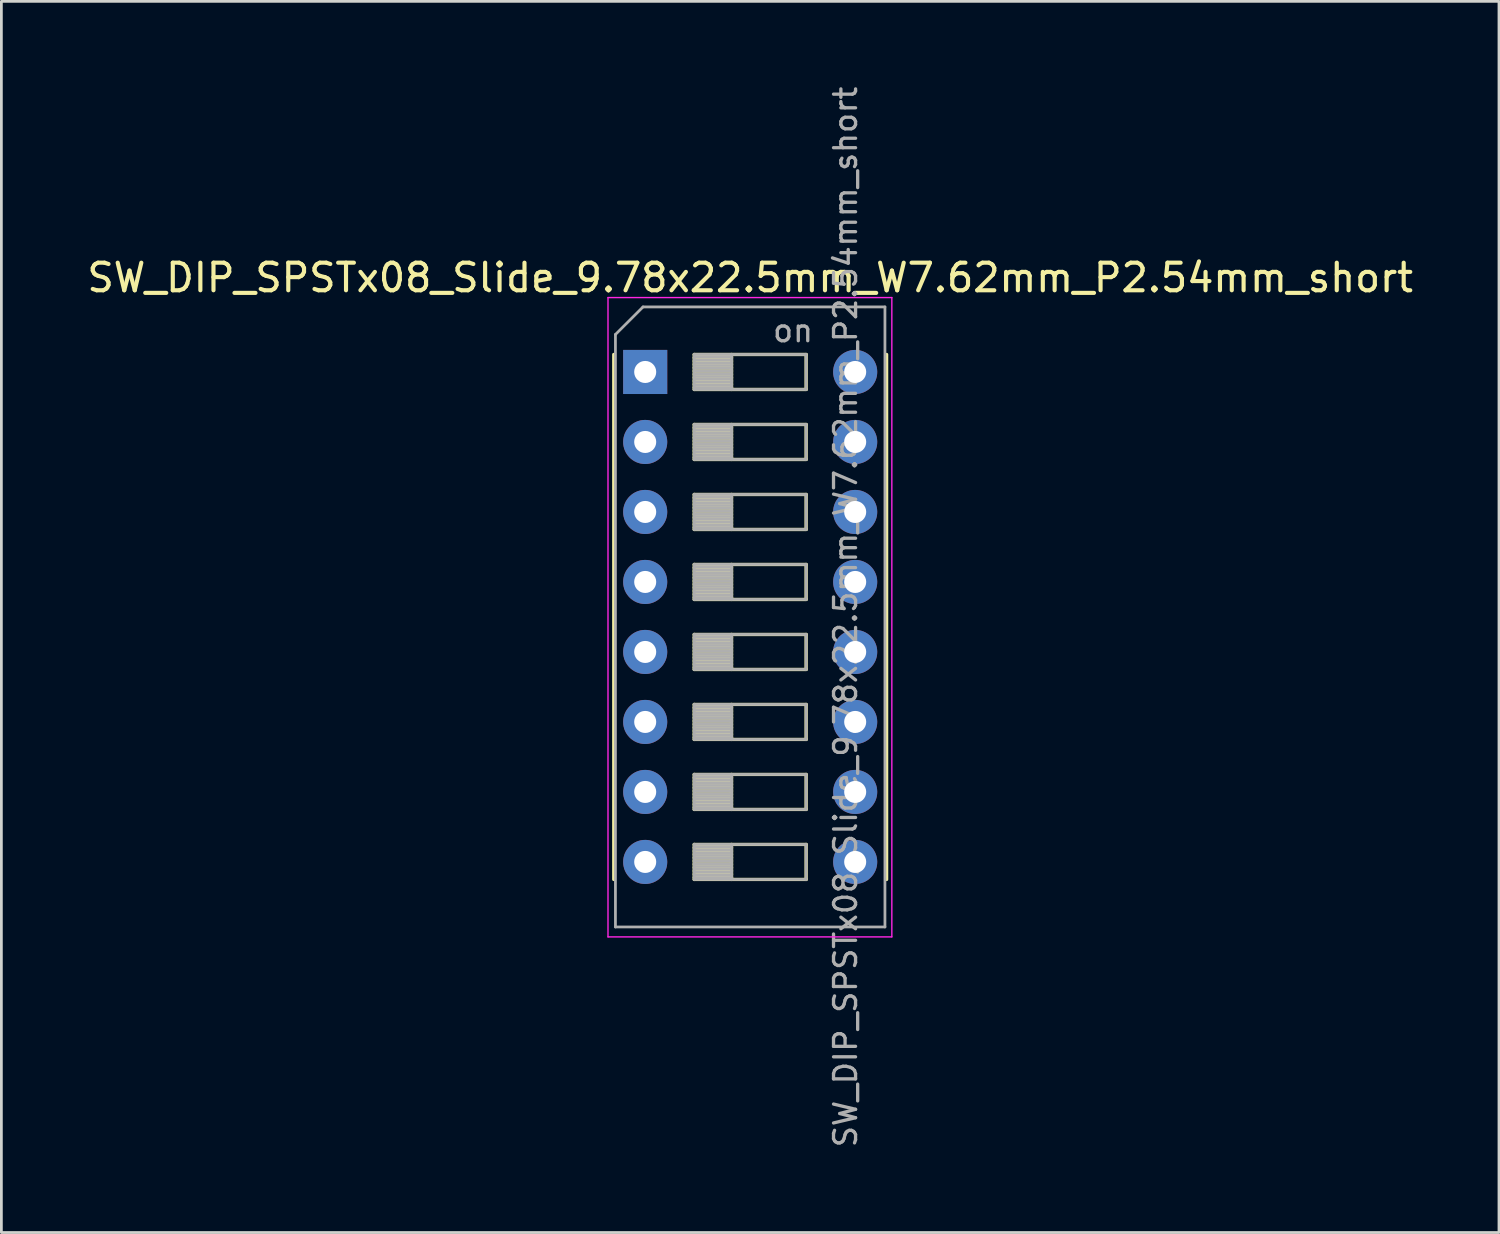
<source format=kicad_pcb>
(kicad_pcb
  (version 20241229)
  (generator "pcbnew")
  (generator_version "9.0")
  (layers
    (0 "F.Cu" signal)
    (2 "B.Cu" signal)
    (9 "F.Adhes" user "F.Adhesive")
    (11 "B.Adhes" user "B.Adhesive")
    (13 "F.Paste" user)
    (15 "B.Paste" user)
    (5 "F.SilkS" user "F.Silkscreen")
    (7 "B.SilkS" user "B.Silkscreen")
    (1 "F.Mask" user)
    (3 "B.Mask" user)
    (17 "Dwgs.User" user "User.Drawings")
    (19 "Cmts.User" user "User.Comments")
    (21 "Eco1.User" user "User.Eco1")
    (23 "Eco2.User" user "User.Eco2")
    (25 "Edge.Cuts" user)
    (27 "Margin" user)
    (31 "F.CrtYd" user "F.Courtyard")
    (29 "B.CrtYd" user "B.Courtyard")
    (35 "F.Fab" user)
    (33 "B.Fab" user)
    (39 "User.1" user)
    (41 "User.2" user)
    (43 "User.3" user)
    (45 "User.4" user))
  (footprint "SW_DIP_SPSTx08_Slide_9.78x22.5mm_W7.62mm_P2.54mm_short"
    (layer "F.Cu")
    (at 20.363 10.448)
    (property "Reference" "SW_DIP_SPSTx08_Slide_9.78x22.5mm_W7.62mm_P2.54mm_short" (at 3.81 -3.42 0) (layer "F.SilkS") (effects (font (size 1 1) (thickness 0.15))))
    (attr through_hole)
    (fp_line (start -1.14 -0.635) (end -1.14 18.415) (stroke (width 0.12) (type solid)) (layer "F.SilkS"))
    (fp_line (start 1.78 -0.635) (end 1.78 0.635) (stroke (width 0.12) (type solid)) (layer "F.SilkS"))
    (fp_line (start 1.78 -0.515) (end 3.133 -0.515) (stroke (width 0.12) (type solid)) (layer "F.SilkS"))
    (fp_line (start 1.78 -0.395) (end 3.133 -0.395) (stroke (width 0.12) (type solid)) (layer "F.SilkS"))
    (fp_line (start 1.78 -0.275) (end 3.133 -0.275) (stroke (width 0.12) (type solid)) (layer "F.SilkS"))
    (fp_line (start 1.78 -0.155) (end 3.133 -0.155) (stroke (width 0.12) (type solid)) (layer "F.SilkS"))
    (fp_line (start 1.78 -0.035) (end 3.133 -0.035) (stroke (width 0.12) (type solid)) (layer "F.SilkS"))
    (fp_line (start 1.78 0.085) (end 3.133 0.085) (stroke (width 0.12) (type solid)) (layer "F.SilkS"))
    (fp_line (start 1.78 0.205) (end 3.133 0.205) (stroke (width 0.12) (type solid)) (layer "F.SilkS"))
    (fp_line (start 1.78 0.325) (end 3.133 0.325) (stroke (width 0.12) (type solid)) (layer "F.SilkS"))
    (fp_line (start 1.78 0.445) (end 3.133 0.445) (stroke (width 0.12) (type solid)) (layer "F.SilkS"))
    (fp_line (start 1.78 0.565) (end 3.133 0.565) (stroke (width 0.12) (type solid)) (layer "F.SilkS"))
    (fp_line (start 1.78 0.635) (end 5.84 0.635) (stroke (width 0.12) (type solid)) (layer "F.SilkS"))
    (fp_line (start 1.78 1.905) (end 1.78 3.175) (stroke (width 0.12) (type solid)) (layer "F.SilkS"))
    (fp_line (start 1.78 2.025) (end 3.133 2.025) (stroke (width 0.12) (type solid)) (layer "F.SilkS"))
    (fp_line (start 1.78 2.145) (end 3.133 2.145) (stroke (width 0.12) (type solid)) (layer "F.SilkS"))
    (fp_line (start 1.78 2.265) (end 3.133 2.265) (stroke (width 0.12) (type solid)) (layer "F.SilkS"))
    (fp_line (start 1.78 2.385) (end 3.133 2.385) (stroke (width 0.12) (type solid)) (layer "F.SilkS"))
    (fp_line (start 1.78 2.505) (end 3.133 2.505) (stroke (width 0.12) (type solid)) (layer "F.SilkS"))
    (fp_line (start 1.78 2.625) (end 3.133 2.625) (stroke (width 0.12) (type solid)) (layer "F.SilkS"))
    (fp_line (start 1.78 2.745) (end 3.133 2.745) (stroke (width 0.12) (type solid)) (layer "F.SilkS"))
    (fp_line (start 1.78 2.865) (end 3.133 2.865) (stroke (width 0.12) (type solid)) (layer "F.SilkS"))
    (fp_line (start 1.78 2.985) (end 3.133 2.985) (stroke (width 0.12) (type solid)) (layer "F.SilkS"))
    (fp_line (start 1.78 3.105) (end 3.133 3.105) (stroke (width 0.12) (type solid)) (layer "F.SilkS"))
    (fp_line (start 1.78 3.175) (end 5.84 3.175) (stroke (width 0.12) (type solid)) (layer "F.SilkS"))
    (fp_line (start 1.78 4.445) (end 1.78 5.715) (stroke (width 0.12) (type solid)) (layer "F.SilkS"))
    (fp_line (start 1.78 4.565) (end 3.133 4.565) (stroke (width 0.12) (type solid)) (layer "F.SilkS"))
    (fp_line (start 1.78 4.685) (end 3.133 4.685) (stroke (width 0.12) (type solid)) (layer "F.SilkS"))
    (fp_line (start 1.78 4.805) (end 3.133 4.805) (stroke (width 0.12) (type solid)) (layer "F.SilkS"))
    (fp_line (start 1.78 4.925) (end 3.133 4.925) (stroke (width 0.12) (type solid)) (layer "F.SilkS"))
    (fp_line (start 1.78 5.045) (end 3.133 5.045) (stroke (width 0.12) (type solid)) (layer "F.SilkS"))
    (fp_line (start 1.78 5.165) (end 3.133 5.165) (stroke (width 0.12) (type solid)) (layer "F.SilkS"))
    (fp_line (start 1.78 5.285) (end 3.133 5.285) (stroke (width 0.12) (type solid)) (layer "F.SilkS"))
    (fp_line (start 1.78 5.405) (end 3.133 5.405) (stroke (width 0.12) (type solid)) (layer "F.SilkS"))
    (fp_line (start 1.78 5.525) (end 3.133 5.525) (stroke (width 0.12) (type solid)) (layer "F.SilkS"))
    (fp_line (start 1.78 5.645) (end 3.133 5.645) (stroke (width 0.12) (type solid)) (layer "F.SilkS"))
    (fp_line (start 1.78 5.715) (end 5.84 5.715) (stroke (width 0.12) (type solid)) (layer "F.SilkS"))
    (fp_line (start 1.78 6.985) (end 1.78 8.255) (stroke (width 0.12) (type solid)) (layer "F.SilkS"))
    (fp_line (start 1.78 7.105) (end 3.133 7.105) (stroke (width 0.12) (type solid)) (layer "F.SilkS"))
    (fp_line (start 1.78 7.225) (end 3.133 7.225) (stroke (width 0.12) (type solid)) (layer "F.SilkS"))
    (fp_line (start 1.78 7.345) (end 3.133 7.345) (stroke (width 0.12) (type solid)) (layer "F.SilkS"))
    (fp_line (start 1.78 7.465) (end 3.133 7.465) (stroke (width 0.12) (type solid)) (layer "F.SilkS"))
    (fp_line (start 1.78 7.585) (end 3.133 7.585) (stroke (width 0.12) (type solid)) (layer "F.SilkS"))
    (fp_line (start 1.78 7.705) (end 3.133 7.705) (stroke (width 0.12) (type solid)) (layer "F.SilkS"))
    (fp_line (start 1.78 7.825) (end 3.133 7.825) (stroke (width 0.12) (type solid)) (layer "F.SilkS"))
    (fp_line (start 1.78 7.945) (end 3.133 7.945) (stroke (width 0.12) (type solid)) (layer "F.SilkS"))
    (fp_line (start 1.78 8.065) (end 3.133 8.065) (stroke (width 0.12) (type solid)) (layer "F.SilkS"))
    (fp_line (start 1.78 8.185) (end 3.133 8.185) (stroke (width 0.12) (type solid)) (layer "F.SilkS"))
    (fp_line (start 1.78 8.255) (end 5.84 8.255) (stroke (width 0.12) (type solid)) (layer "F.SilkS"))
    (fp_line (start 1.78 9.525) (end 1.78 10.795) (stroke (width 0.12) (type solid)) (layer "F.SilkS"))
    (fp_line (start 1.78 9.645) (end 3.133 9.645) (stroke (width 0.12) (type solid)) (layer "F.SilkS"))
    (fp_line (start 1.78 9.765) (end 3.133 9.765) (stroke (width 0.12) (type solid)) (layer "F.SilkS"))
    (fp_line (start 1.78 9.885) (end 3.133 9.885) (stroke (width 0.12) (type solid)) (layer "F.SilkS"))
    (fp_line (start 1.78 10.005) (end 3.133 10.005) (stroke (width 0.12) (type solid)) (layer "F.SilkS"))
    (fp_line (start 1.78 10.125) (end 3.133 10.125) (stroke (width 0.12) (type solid)) (layer "F.SilkS"))
    (fp_line (start 1.78 10.245) (end 3.133 10.245) (stroke (width 0.12) (type solid)) (layer "F.SilkS"))
    (fp_line (start 1.78 10.365) (end 3.133 10.365) (stroke (width 0.12) (type solid)) (layer "F.SilkS"))
    (fp_line (start 1.78 10.485) (end 3.133 10.485) (stroke (width 0.12) (type solid)) (layer "F.SilkS"))
    (fp_line (start 1.78 10.605) (end 3.133 10.605) (stroke (width 0.12) (type solid)) (layer "F.SilkS"))
    (fp_line (start 1.78 10.725) (end 3.133 10.725) (stroke (width 0.12) (type solid)) (layer "F.SilkS"))
    (fp_line (start 1.78 10.795) (end 5.84 10.795) (stroke (width 0.12) (type solid)) (layer "F.SilkS"))
    (fp_line (start 1.78 12.065) (end 1.78 13.335) (stroke (width 0.12) (type solid)) (layer "F.SilkS"))
    (fp_line (start 1.78 12.185) (end 3.133 12.185) (stroke (width 0.12) (type solid)) (layer "F.SilkS"))
    (fp_line (start 1.78 12.305) (end 3.133 12.305) (stroke (width 0.12) (type solid)) (layer "F.SilkS"))
    (fp_line (start 1.78 12.425) (end 3.133 12.425) (stroke (width 0.12) (type solid)) (layer "F.SilkS"))
    (fp_line (start 1.78 12.545) (end 3.133 12.545) (stroke (width 0.12) (type solid)) (layer "F.SilkS"))
    (fp_line (start 1.78 12.665) (end 3.133 12.665) (stroke (width 0.12) (type solid)) (layer "F.SilkS"))
    (fp_line (start 1.78 12.785) (end 3.133 12.785) (stroke (width 0.12) (type solid)) (layer "F.SilkS"))
    (fp_line (start 1.78 12.905) (end 3.133 12.905) (stroke (width 0.12) (type solid)) (layer "F.SilkS"))
    (fp_line (start 1.78 13.025) (end 3.133 13.025) (stroke (width 0.12) (type solid)) (layer "F.SilkS"))
    (fp_line (start 1.78 13.145) (end 3.133 13.145) (stroke (width 0.12) (type solid)) (layer "F.SilkS"))
    (fp_line (start 1.78 13.265) (end 3.133 13.265) (stroke (width 0.12) (type solid)) (layer "F.SilkS"))
    (fp_line (start 1.78 13.335) (end 5.84 13.335) (stroke (width 0.12) (type solid)) (layer "F.SilkS"))
    (fp_line (start 1.78 14.605) (end 1.78 15.875) (stroke (width 0.12) (type solid)) (layer "F.SilkS"))
    (fp_line (start 1.78 14.725) (end 3.133 14.725) (stroke (width 0.12) (type solid)) (layer "F.SilkS"))
    (fp_line (start 1.78 14.845) (end 3.133 14.845) (stroke (width 0.12) (type solid)) (layer "F.SilkS"))
    (fp_line (start 1.78 14.965) (end 3.133 14.965) (stroke (width 0.12) (type solid)) (layer "F.SilkS"))
    (fp_line (start 1.78 15.085) (end 3.133 15.085) (stroke (width 0.12) (type solid)) (layer "F.SilkS"))
    (fp_line (start 1.78 15.205) (end 3.133 15.205) (stroke (width 0.12) (type solid)) (layer "F.SilkS"))
    (fp_line (start 1.78 15.325) (end 3.133 15.325) (stroke (width 0.12) (type solid)) (layer "F.SilkS"))
    (fp_line (start 1.78 15.445) (end 3.133 15.445) (stroke (width 0.12) (type solid)) (layer "F.SilkS"))
    (fp_line (start 1.78 15.565) (end 3.133 15.565) (stroke (width 0.12) (type solid)) (layer "F.SilkS"))
    (fp_line (start 1.78 15.685) (end 3.133 15.685) (stroke (width 0.12) (type solid)) (layer "F.SilkS"))
    (fp_line (start 1.78 15.805) (end 3.133 15.805) (stroke (width 0.12) (type solid)) (layer "F.SilkS"))
    (fp_line (start 1.78 15.875) (end 5.84 15.875) (stroke (width 0.12) (type solid)) (layer "F.SilkS"))
    (fp_line (start 1.78 17.145) (end 1.78 18.415) (stroke (width 0.12) (type solid)) (layer "F.SilkS"))
    (fp_line (start 1.78 17.265) (end 3.133 17.265) (stroke (width 0.12) (type solid)) (layer "F.SilkS"))
    (fp_line (start 1.78 17.385) (end 3.133 17.385) (stroke (width 0.12) (type solid)) (layer "F.SilkS"))
    (fp_line (start 1.78 17.505) (end 3.133 17.505) (stroke (width 0.12) (type solid)) (layer "F.SilkS"))
    (fp_line (start 1.78 17.625) (end 3.133 17.625) (stroke (width 0.12) (type solid)) (layer "F.SilkS"))
    (fp_line (start 1.78 17.745) (end 3.133 17.745) (stroke (width 0.12) (type solid)) (layer "F.SilkS"))
    (fp_line (start 1.78 17.865) (end 3.133 17.865) (stroke (width 0.12) (type solid)) (layer "F.SilkS"))
    (fp_line (start 1.78 17.985) (end 3.133 17.985) (stroke (width 0.12) (type solid)) (layer "F.SilkS"))
    (fp_line (start 1.78 18.105) (end 3.133 18.105) (stroke (width 0.12) (type solid)) (layer "F.SilkS"))
    (fp_line (start 1.78 18.225) (end 3.133 18.225) (stroke (width 0.12) (type solid)) (layer "F.SilkS"))
    (fp_line (start 1.78 18.345) (end 3.133 18.345) (stroke (width 0.12) (type solid)) (layer "F.SilkS"))
    (fp_line (start 1.78 18.415) (end 5.84 18.415) (stroke (width 0.12) (type solid)) (layer "F.SilkS"))
    (fp_line (start 3.133 -0.635) (end 3.133 0.635) (stroke (width 0.12) (type solid)) (layer "F.SilkS"))
    (fp_line (start 3.133 1.905) (end 3.133 3.175) (stroke (width 0.12) (type solid)) (layer "F.SilkS"))
    (fp_line (start 3.133 4.445) (end 3.133 5.715) (stroke (width 0.12) (type solid)) (layer "F.SilkS"))
    (fp_line (start 3.133 6.985) (end 3.133 8.255) (stroke (width 0.12) (type solid)) (layer "F.SilkS"))
    (fp_line (start 3.133 9.525) (end 3.133 10.795) (stroke (width 0.12) (type solid)) (layer "F.SilkS"))
    (fp_line (start 3.133 12.065) (end 3.133 13.335) (stroke (width 0.12) (type solid)) (layer "F.SilkS"))
    (fp_line (start 3.133 14.605) (end 3.133 15.875) (stroke (width 0.12) (type solid)) (layer "F.SilkS"))
    (fp_line (start 3.133 17.145) (end 3.133 18.415) (stroke (width 0.12) (type solid)) (layer "F.SilkS"))
    (fp_line (start 5.84 -0.635) (end 1.78 -0.635) (stroke (width 0.12) (type solid)) (layer "F.SilkS"))
    (fp_line (start 5.84 0.635) (end 5.84 -0.635) (stroke (width 0.12) (type solid)) (layer "F.SilkS"))
    (fp_line (start 5.84 1.905) (end 1.78 1.905) (stroke (width 0.12) (type solid)) (layer "F.SilkS"))
    (fp_line (start 5.84 3.175) (end 5.84 1.905) (stroke (width 0.12) (type solid)) (layer "F.SilkS"))
    (fp_line (start 5.84 4.445) (end 1.78 4.445) (stroke (width 0.12) (type solid)) (layer "F.SilkS"))
    (fp_line (start 5.84 5.715) (end 5.84 4.445) (stroke (width 0.12) (type solid)) (layer "F.SilkS"))
    (fp_line (start 5.84 6.985) (end 1.78 6.985) (stroke (width 0.12) (type solid)) (layer "F.SilkS"))
    (fp_line (start 5.84 8.255) (end 5.84 6.985) (stroke (width 0.12) (type solid)) (layer "F.SilkS"))
    (fp_line (start 5.84 9.525) (end 1.78 9.525) (stroke (width 0.12) (type solid)) (layer "F.SilkS"))
    (fp_line (start 5.84 10.795) (end 5.84 9.525) (stroke (width 0.12) (type solid)) (layer "F.SilkS"))
    (fp_line (start 5.84 12.065) (end 1.78 12.065) (stroke (width 0.12) (type solid)) (layer "F.SilkS"))
    (fp_line (start 5.84 13.335) (end 5.84 12.065) (stroke (width 0.12) (type solid)) (layer "F.SilkS"))
    (fp_line (start 5.84 14.605) (end 1.78 14.605) (stroke (width 0.12) (type solid)) (layer "F.SilkS"))
    (fp_line (start 5.84 15.875) (end 5.84 14.605) (stroke (width 0.12) (type solid)) (layer "F.SilkS"))
    (fp_line (start 5.84 17.145) (end 1.78 17.145) (stroke (width 0.12) (type solid)) (layer "F.SilkS"))
    (fp_line (start 5.84 18.415) (end 5.84 17.145) (stroke (width 0.12) (type solid)) (layer "F.SilkS"))
    (fp_line (start 8.76 -0.635) (end 8.76 18.415) (stroke (width 0.12) (type solid)) (layer "F.SilkS"))
    (fp_line (start -1.35 -2.7) (end -1.35 20.5) (stroke (width 0.05) (type solid)) (layer "F.CrtYd"))
    (fp_line (start -1.35 20.5) (end 8.95 20.5) (stroke (width 0.05) (type solid)) (layer "F.CrtYd"))
    (fp_line (start 8.95 -2.7) (end -1.35 -2.7) (stroke (width 0.05) (type solid)) (layer "F.CrtYd"))
    (fp_line (start 8.95 20.5) (end 8.95 -2.7) (stroke (width 0.05) (type solid)) (layer "F.CrtYd"))
    (fp_line (start -1.08 -1.36) (end -0.08 -2.36) (stroke (width 0.1) (type solid)) (layer "F.Fab"))
    (fp_line (start -1.08 20.14) (end -1.08 -1.36) (stroke (width 0.1) (type solid)) (layer "F.Fab"))
    (fp_line (start -0.08 -2.36) (end 8.7 -2.36) (stroke (width 0.1) (type solid)) (layer "F.Fab"))
    (fp_line (start 1.78 -0.635) (end 1.78 0.635) (stroke (width 0.1) (type solid)) (layer "F.Fab"))
    (fp_line (start 1.78 -0.535) (end 3.133 -0.535) (stroke (width 0.1) (type solid)) (layer "F.Fab"))
    (fp_line (start 1.78 -0.435) (end 3.133 -0.435) (stroke (width 0.1) (type solid)) (layer "F.Fab"))
    (fp_line (start 1.78 -0.335) (end 3.133 -0.335) (stroke (width 0.1) (type solid)) (layer "F.Fab"))
    (fp_line (start 1.78 -0.235) (end 3.133 -0.235) (stroke (width 0.1) (type solid)) (layer "F.Fab"))
    (fp_line (start 1.78 -0.135) (end 3.133 -0.135) (stroke (width 0.1) (type solid)) (layer "F.Fab"))
    (fp_line (start 1.78 -0.035) (end 3.133 -0.035) (stroke (width 0.1) (type solid)) (layer "F.Fab"))
    (fp_line (start 1.78 0.065) (end 3.133 0.065) (stroke (width 0.1) (type solid)) (layer "F.Fab"))
    (fp_line (start 1.78 0.165) (end 3.133 0.165) (stroke (width 0.1) (type solid)) (layer "F.Fab"))
    (fp_line (start 1.78 0.265) (end 3.133 0.265) (stroke (width 0.1) (type solid)) (layer "F.Fab"))
    (fp_line (start 1.78 0.365) (end 3.133 0.365) (stroke (width 0.1) (type solid)) (layer "F.Fab"))
    (fp_line (start 1.78 0.465) (end 3.133 0.465) (stroke (width 0.1) (type solid)) (layer "F.Fab"))
    (fp_line (start 1.78 0.565) (end 3.133 0.565) (stroke (width 0.1) (type solid)) (layer "F.Fab"))
    (fp_line (start 1.78 0.635) (end 5.84 0.635) (stroke (width 0.1) (type solid)) (layer "F.Fab"))
    (fp_line (start 1.78 1.905) (end 1.78 3.175) (stroke (width 0.1) (type solid)) (layer "F.Fab"))
    (fp_line (start 1.78 2.005) (end 3.133 2.005) (stroke (width 0.1) (type solid)) (layer "F.Fab"))
    (fp_line (start 1.78 2.105) (end 3.133 2.105) (stroke (width 0.1) (type solid)) (layer "F.Fab"))
    (fp_line (start 1.78 2.205) (end 3.133 2.205) (stroke (width 0.1) (type solid)) (layer "F.Fab"))
    (fp_line (start 1.78 2.305) (end 3.133 2.305) (stroke (width 0.1) (type solid)) (layer "F.Fab"))
    (fp_line (start 1.78 2.405) (end 3.133 2.405) (stroke (width 0.1) (type solid)) (layer "F.Fab"))
    (fp_line (start 1.78 2.505) (end 3.133 2.505) (stroke (width 0.1) (type solid)) (layer "F.Fab"))
    (fp_line (start 1.78 2.605) (end 3.133 2.605) (stroke (width 0.1) (type solid)) (layer "F.Fab"))
    (fp_line (start 1.78 2.705) (end 3.133 2.705) (stroke (width 0.1) (type solid)) (layer "F.Fab"))
    (fp_line (start 1.78 2.805) (end 3.133 2.805) (stroke (width 0.1) (type solid)) (layer "F.Fab"))
    (fp_line (start 1.78 2.905) (end 3.133 2.905) (stroke (width 0.1) (type solid)) (layer "F.Fab"))
    (fp_line (start 1.78 3.005) (end 3.133 3.005) (stroke (width 0.1) (type solid)) (layer "F.Fab"))
    (fp_line (start 1.78 3.105) (end 3.133 3.105) (stroke (width 0.1) (type solid)) (layer "F.Fab"))
    (fp_line (start 1.78 3.175) (end 5.84 3.175) (stroke (width 0.1) (type solid)) (layer "F.Fab"))
    (fp_line (start 1.78 4.445) (end 1.78 5.715) (stroke (width 0.1) (type solid)) (layer "F.Fab"))
    (fp_line (start 1.78 4.545) (end 3.133 4.545) (stroke (width 0.1) (type solid)) (layer "F.Fab"))
    (fp_line (start 1.78 4.645) (end 3.133 4.645) (stroke (width 0.1) (type solid)) (layer "F.Fab"))
    (fp_line (start 1.78 4.745) (end 3.133 4.745) (stroke (width 0.1) (type solid)) (layer "F.Fab"))
    (fp_line (start 1.78 4.845) (end 3.133 4.845) (stroke (width 0.1) (type solid)) (layer "F.Fab"))
    (fp_line (start 1.78 4.945) (end 3.133 4.945) (stroke (width 0.1) (type solid)) (layer "F.Fab"))
    (fp_line (start 1.78 5.045) (end 3.133 5.045) (stroke (width 0.1) (type solid)) (layer "F.Fab"))
    (fp_line (start 1.78 5.145) (end 3.133 5.145) (stroke (width 0.1) (type solid)) (layer "F.Fab"))
    (fp_line (start 1.78 5.245) (end 3.133 5.245) (stroke (width 0.1) (type solid)) (layer "F.Fab"))
    (fp_line (start 1.78 5.345) (end 3.133 5.345) (stroke (width 0.1) (type solid)) (layer "F.Fab"))
    (fp_line (start 1.78 5.445) (end 3.133 5.445) (stroke (width 0.1) (type solid)) (layer "F.Fab"))
    (fp_line (start 1.78 5.545) (end 3.133 5.545) (stroke (width 0.1) (type solid)) (layer "F.Fab"))
    (fp_line (start 1.78 5.645) (end 3.133 5.645) (stroke (width 0.1) (type solid)) (layer "F.Fab"))
    (fp_line (start 1.78 5.715) (end 5.84 5.715) (stroke (width 0.1) (type solid)) (layer "F.Fab"))
    (fp_line (start 1.78 6.985) (end 1.78 8.255) (stroke (width 0.1) (type solid)) (layer "F.Fab"))
    (fp_line (start 1.78 7.085) (end 3.133 7.085) (stroke (width 0.1) (type solid)) (layer "F.Fab"))
    (fp_line (start 1.78 7.185) (end 3.133 7.185) (stroke (width 0.1) (type solid)) (layer "F.Fab"))
    (fp_line (start 1.78 7.285) (end 3.133 7.285) (stroke (width 0.1) (type solid)) (layer "F.Fab"))
    (fp_line (start 1.78 7.385) (end 3.133 7.385) (stroke (width 0.1) (type solid)) (layer "F.Fab"))
    (fp_line (start 1.78 7.485) (end 3.133 7.485) (stroke (width 0.1) (type solid)) (layer "F.Fab"))
    (fp_line (start 1.78 7.585) (end 3.133 7.585) (stroke (width 0.1) (type solid)) (layer "F.Fab"))
    (fp_line (start 1.78 7.685) (end 3.133 7.685) (stroke (width 0.1) (type solid)) (layer "F.Fab"))
    (fp_line (start 1.78 7.785) (end 3.133 7.785) (stroke (width 0.1) (type solid)) (layer "F.Fab"))
    (fp_line (start 1.78 7.885) (end 3.133 7.885) (stroke (width 0.1) (type solid)) (layer "F.Fab"))
    (fp_line (start 1.78 7.985) (end 3.133 7.985) (stroke (width 0.1) (type solid)) (layer "F.Fab"))
    (fp_line (start 1.78 8.085) (end 3.133 8.085) (stroke (width 0.1) (type solid)) (layer "F.Fab"))
    (fp_line (start 1.78 8.185) (end 3.133 8.185) (stroke (width 0.1) (type solid)) (layer "F.Fab"))
    (fp_line (start 1.78 8.255) (end 5.84 8.255) (stroke (width 0.1) (type solid)) (layer "F.Fab"))
    (fp_line (start 1.78 9.525) (end 1.78 10.795) (stroke (width 0.1) (type solid)) (layer "F.Fab"))
    (fp_line (start 1.78 9.625) (end 3.133 9.625) (stroke (width 0.1) (type solid)) (layer "F.Fab"))
    (fp_line (start 1.78 9.725) (end 3.133 9.725) (stroke (width 0.1) (type solid)) (layer "F.Fab"))
    (fp_line (start 1.78 9.825) (end 3.133 9.825) (stroke (width 0.1) (type solid)) (layer "F.Fab"))
    (fp_line (start 1.78 9.925) (end 3.133 9.925) (stroke (width 0.1) (type solid)) (layer "F.Fab"))
    (fp_line (start 1.78 10.025) (end 3.133 10.025) (stroke (width 0.1) (type solid)) (layer "F.Fab"))
    (fp_line (start 1.78 10.125) (end 3.133 10.125) (stroke (width 0.1) (type solid)) (layer "F.Fab"))
    (fp_line (start 1.78 10.225) (end 3.133 10.225) (stroke (width 0.1) (type solid)) (layer "F.Fab"))
    (fp_line (start 1.78 10.325) (end 3.133 10.325) (stroke (width 0.1) (type solid)) (layer "F.Fab"))
    (fp_line (start 1.78 10.425) (end 3.133 10.425) (stroke (width 0.1) (type solid)) (layer "F.Fab"))
    (fp_line (start 1.78 10.525) (end 3.133 10.525) (stroke (width 0.1) (type solid)) (layer "F.Fab"))
    (fp_line (start 1.78 10.625) (end 3.133 10.625) (stroke (width 0.1) (type solid)) (layer "F.Fab"))
    (fp_line (start 1.78 10.725) (end 3.133 10.725) (stroke (width 0.1) (type solid)) (layer "F.Fab"))
    (fp_line (start 1.78 10.795) (end 5.84 10.795) (stroke (width 0.1) (type solid)) (layer "F.Fab"))
    (fp_line (start 1.78 12.065) (end 1.78 13.335) (stroke (width 0.1) (type solid)) (layer "F.Fab"))
    (fp_line (start 1.78 12.165) (end 3.133 12.165) (stroke (width 0.1) (type solid)) (layer "F.Fab"))
    (fp_line (start 1.78 12.265) (end 3.133 12.265) (stroke (width 0.1) (type solid)) (layer "F.Fab"))
    (fp_line (start 1.78 12.365) (end 3.133 12.365) (stroke (width 0.1) (type solid)) (layer "F.Fab"))
    (fp_line (start 1.78 12.465) (end 3.133 12.465) (stroke (width 0.1) (type solid)) (layer "F.Fab"))
    (fp_line (start 1.78 12.565) (end 3.133 12.565) (stroke (width 0.1) (type solid)) (layer "F.Fab"))
    (fp_line (start 1.78 12.665) (end 3.133 12.665) (stroke (width 0.1) (type solid)) (layer "F.Fab"))
    (fp_line (start 1.78 12.765) (end 3.133 12.765) (stroke (width 0.1) (type solid)) (layer "F.Fab"))
    (fp_line (start 1.78 12.865) (end 3.133 12.865) (stroke (width 0.1) (type solid)) (layer "F.Fab"))
    (fp_line (start 1.78 12.965) (end 3.133 12.965) (stroke (width 0.1) (type solid)) (layer "F.Fab"))
    (fp_line (start 1.78 13.065) (end 3.133 13.065) (stroke (width 0.1) (type solid)) (layer "F.Fab"))
    (fp_line (start 1.78 13.165) (end 3.133 13.165) (stroke (width 0.1) (type solid)) (layer "F.Fab"))
    (fp_line (start 1.78 13.265) (end 3.133 13.265) (stroke (width 0.1) (type solid)) (layer "F.Fab"))
    (fp_line (start 1.78 13.335) (end 5.84 13.335) (stroke (width 0.1) (type solid)) (layer "F.Fab"))
    (fp_line (start 1.78 14.605) (end 1.78 15.875) (stroke (width 0.1) (type solid)) (layer "F.Fab"))
    (fp_line (start 1.78 14.705) (end 3.133 14.705) (stroke (width 0.1) (type solid)) (layer "F.Fab"))
    (fp_line (start 1.78 14.805) (end 3.133 14.805) (stroke (width 0.1) (type solid)) (layer "F.Fab"))
    (fp_line (start 1.78 14.905) (end 3.133 14.905) (stroke (width 0.1) (type solid)) (layer "F.Fab"))
    (fp_line (start 1.78 15.005) (end 3.133 15.005) (stroke (width 0.1) (type solid)) (layer "F.Fab"))
    (fp_line (start 1.78 15.105) (end 3.133 15.105) (stroke (width 0.1) (type solid)) (layer "F.Fab"))
    (fp_line (start 1.78 15.205) (end 3.133 15.205) (stroke (width 0.1) (type solid)) (layer "F.Fab"))
    (fp_line (start 1.78 15.305) (end 3.133 15.305) (stroke (width 0.1) (type solid)) (layer "F.Fab"))
    (fp_line (start 1.78 15.405) (end 3.133 15.405) (stroke (width 0.1) (type solid)) (layer "F.Fab"))
    (fp_line (start 1.78 15.505) (end 3.133 15.505) (stroke (width 0.1) (type solid)) (layer "F.Fab"))
    (fp_line (start 1.78 15.605) (end 3.133 15.605) (stroke (width 0.1) (type solid)) (layer "F.Fab"))
    (fp_line (start 1.78 15.705) (end 3.133 15.705) (stroke (width 0.1) (type solid)) (layer "F.Fab"))
    (fp_line (start 1.78 15.805) (end 3.133 15.805) (stroke (width 0.1) (type solid)) (layer "F.Fab"))
    (fp_line (start 1.78 15.875) (end 5.84 15.875) (stroke (width 0.1) (type solid)) (layer "F.Fab"))
    (fp_line (start 1.78 17.145) (end 1.78 18.415) (stroke (width 0.1) (type solid)) (layer "F.Fab"))
    (fp_line (start 1.78 17.245) (end 3.133 17.245) (stroke (width 0.1) (type solid)) (layer "F.Fab"))
    (fp_line (start 1.78 17.345) (end 3.133 17.345) (stroke (width 0.1) (type solid)) (layer "F.Fab"))
    (fp_line (start 1.78 17.445) (end 3.133 17.445) (stroke (width 0.1) (type solid)) (layer "F.Fab"))
    (fp_line (start 1.78 17.545) (end 3.133 17.545) (stroke (width 0.1) (type solid)) (layer "F.Fab"))
    (fp_line (start 1.78 17.645) (end 3.133 17.645) (stroke (width 0.1) (type solid)) (layer "F.Fab"))
    (fp_line (start 1.78 17.745) (end 3.133 17.745) (stroke (width 0.1) (type solid)) (layer "F.Fab"))
    (fp_line (start 1.78 17.845) (end 3.133 17.845) (stroke (width 0.1) (type solid)) (layer "F.Fab"))
    (fp_line (start 1.78 17.945) (end 3.133 17.945) (stroke (width 0.1) (type solid)) (layer "F.Fab"))
    (fp_line (start 1.78 18.045) (end 3.133 18.045) (stroke (width 0.1) (type solid)) (layer "F.Fab"))
    (fp_line (start 1.78 18.145) (end 3.133 18.145) (stroke (width 0.1) (type solid)) (layer "F.Fab"))
    (fp_line (start 1.78 18.245) (end 3.133 18.245) (stroke (width 0.1) (type solid)) (layer "F.Fab"))
    (fp_line (start 1.78 18.345) (end 3.133 18.345) (stroke (width 0.1) (type solid)) (layer "F.Fab"))
    (fp_line (start 1.78 18.415) (end 5.84 18.415) (stroke (width 0.1) (type solid)) (layer "F.Fab"))
    (fp_line (start 3.133 -0.635) (end 3.133 0.635) (stroke (width 0.1) (type solid)) (layer "F.Fab"))
    (fp_line (start 3.133 1.905) (end 3.133 3.175) (stroke (width 0.1) (type solid)) (layer "F.Fab"))
    (fp_line (start 3.133 4.445) (end 3.133 5.715) (stroke (width 0.1) (type solid)) (layer "F.Fab"))
    (fp_line (start 3.133 6.985) (end 3.133 8.255) (stroke (width 0.1) (type solid)) (layer "F.Fab"))
    (fp_line (start 3.133 9.525) (end 3.133 10.795) (stroke (width 0.1) (type solid)) (layer "F.Fab"))
    (fp_line (start 3.133 12.065) (end 3.133 13.335) (stroke (width 0.1) (type solid)) (layer "F.Fab"))
    (fp_line (start 3.133 14.605) (end 3.133 15.875) (stroke (width 0.1) (type solid)) (layer "F.Fab"))
    (fp_line (start 3.133 17.145) (end 3.133 18.415) (stroke (width 0.1) (type solid)) (layer "F.Fab"))
    (fp_line (start 5.84 -0.635) (end 1.78 -0.635) (stroke (width 0.1) (type solid)) (layer "F.Fab"))
    (fp_line (start 5.84 0.635) (end 5.84 -0.635) (stroke (width 0.1) (type solid)) (layer "F.Fab"))
    (fp_line (start 5.84 1.905) (end 1.78 1.905) (stroke (width 0.1) (type solid)) (layer "F.Fab"))
    (fp_line (start 5.84 3.175) (end 5.84 1.905) (stroke (width 0.1) (type solid)) (layer "F.Fab"))
    (fp_line (start 5.84 4.445) (end 1.78 4.445) (stroke (width 0.1) (type solid)) (layer "F.Fab"))
    (fp_line (start 5.84 5.715) (end 5.84 4.445) (stroke (width 0.1) (type solid)) (layer "F.Fab"))
    (fp_line (start 5.84 6.985) (end 1.78 6.985) (stroke (width 0.1) (type solid)) (layer "F.Fab"))
    (fp_line (start 5.84 8.255) (end 5.84 6.985) (stroke (width 0.1) (type solid)) (layer "F.Fab"))
    (fp_line (start 5.84 9.525) (end 1.78 9.525) (stroke (width 0.1) (type solid)) (layer "F.Fab"))
    (fp_line (start 5.84 10.795) (end 5.84 9.525) (stroke (width 0.1) (type solid)) (layer "F.Fab"))
    (fp_line (start 5.84 12.065) (end 1.78 12.065) (stroke (width 0.1) (type solid)) (layer "F.Fab"))
    (fp_line (start 5.84 13.335) (end 5.84 12.065) (stroke (width 0.1) (type solid)) (layer "F.Fab"))
    (fp_line (start 5.84 14.605) (end 1.78 14.605) (stroke (width 0.1) (type solid)) (layer "F.Fab"))
    (fp_line (start 5.84 15.875) (end 5.84 14.605) (stroke (width 0.1) (type solid)) (layer "F.Fab"))
    (fp_line (start 5.84 17.145) (end 1.78 17.145) (stroke (width 0.1) (type solid)) (layer "F.Fab"))
    (fp_line (start 5.84 18.415) (end 5.84 17.145) (stroke (width 0.1) (type solid)) (layer "F.Fab"))
    (fp_line (start 8.7 -2.36) (end 8.7 20.14) (stroke (width 0.1) (type solid)) (layer "F.Fab"))
    (fp_line (start 8.7 20.14) (end -1.08 20.14) (stroke (width 0.1) (type solid)) (layer "F.Fab"))
    (fp_text user "${REFERENCE}" (at 7.27 8.89 90) (layer "F.Fab") (effects (font (size 0.8 0.8) (thickness 0.12))))
    (fp_text user "on" (at 5.365 -1.498 0) (layer "F.Fab") (effects (font (size 0.8 0.8) (thickness 0.12))))
    (pad "1" thru_hole rect (at 0 0) (size 1.6 1.6) (drill 0.8) (layers "*.Cu" "*.Mask"))
    (pad "2" thru_hole oval (at 0 2.54) (size 1.6 1.6) (drill 0.8) (layers "*.Cu" "*.Mask"))
    (pad "3" thru_hole oval (at 0 5.08) (size 1.6 1.6) (drill 0.8) (layers "*.Cu" "*.Mask"))
    (pad "4" thru_hole oval (at 0 7.62) (size 1.6 1.6) (drill 0.8) (layers "*.Cu" "*.Mask"))
    (pad "5" thru_hole oval (at 0 10.16) (size 1.6 1.6) (drill 0.8) (layers "*.Cu" "*.Mask"))
    (pad "6" thru_hole oval (at 0 12.7) (size 1.6 1.6) (drill 0.8) (layers "*.Cu" "*.Mask"))
    (pad "7" thru_hole oval (at 0 15.24) (size 1.6 1.6) (drill 0.8) (layers "*.Cu" "*.Mask"))
    (pad "8" thru_hole oval (at 0 17.78) (size 1.6 1.6) (drill 0.8) (layers "*.Cu" "*.Mask"))
    (pad "9" thru_hole oval (at 7.62 17.78) (size 1.6 1.6) (drill 0.8) (layers "*.Cu" "*.Mask"))
    (pad "10" thru_hole oval (at 7.62 15.24) (size 1.6 1.6) (drill 0.8) (layers "*.Cu" "*.Mask"))
    (pad "11" thru_hole oval (at 7.62 12.7) (size 1.6 1.6) (drill 0.8) (layers "*.Cu" "*.Mask"))
    (pad "12" thru_hole oval (at 7.62 10.16) (size 1.6 1.6) (drill 0.8) (layers "*.Cu" "*.Mask"))
    (pad "13" thru_hole oval (at 7.62 7.62) (size 1.6 1.6) (drill 0.8) (layers "*.Cu" "*.Mask"))
    (pad "14" thru_hole oval (at 7.62 5.08) (size 1.6 1.6) (drill 0.8) (layers "*.Cu" "*.Mask"))
    (pad "15" thru_hole oval (at 7.62 2.54) (size 1.6 1.6) (drill 0.8) (layers "*.Cu" "*.Mask"))
    (pad "16" thru_hole oval (at 7.62 0) (size 1.6 1.6) (drill 0.8) (layers "*.Cu" "*.Mask")))
  (gr_rect
    (start -3 -3)
    (end 51.345 41.676)
    (stroke (width 0.1) (type default))
    (fill no)
    (layer "Edge.Cuts")))
</source>
